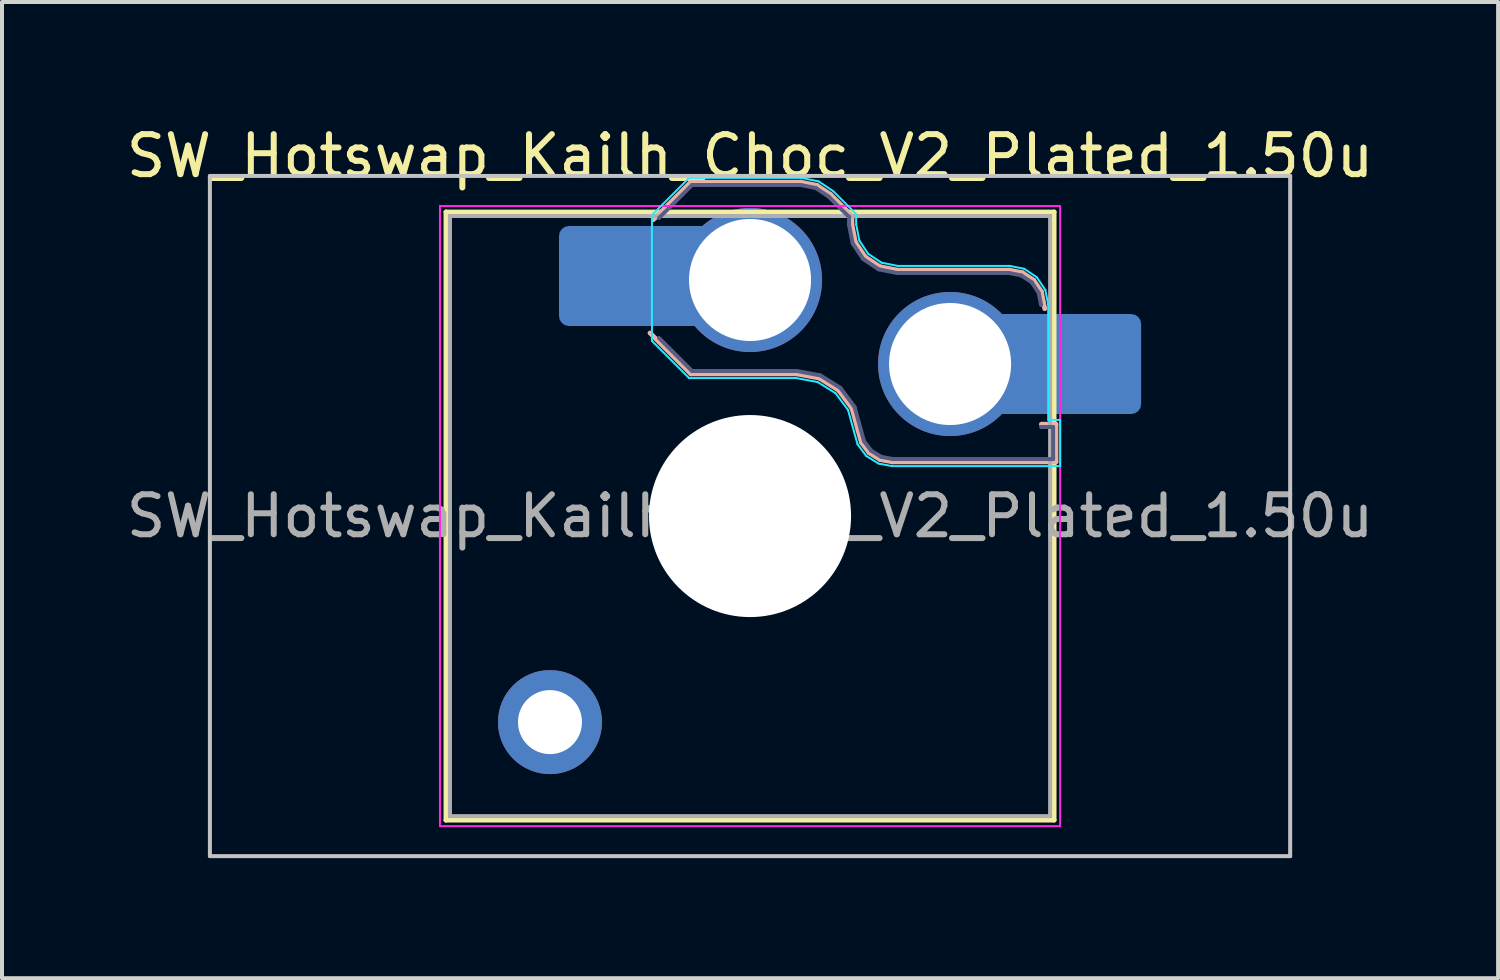
<source format=kicad_pcb>
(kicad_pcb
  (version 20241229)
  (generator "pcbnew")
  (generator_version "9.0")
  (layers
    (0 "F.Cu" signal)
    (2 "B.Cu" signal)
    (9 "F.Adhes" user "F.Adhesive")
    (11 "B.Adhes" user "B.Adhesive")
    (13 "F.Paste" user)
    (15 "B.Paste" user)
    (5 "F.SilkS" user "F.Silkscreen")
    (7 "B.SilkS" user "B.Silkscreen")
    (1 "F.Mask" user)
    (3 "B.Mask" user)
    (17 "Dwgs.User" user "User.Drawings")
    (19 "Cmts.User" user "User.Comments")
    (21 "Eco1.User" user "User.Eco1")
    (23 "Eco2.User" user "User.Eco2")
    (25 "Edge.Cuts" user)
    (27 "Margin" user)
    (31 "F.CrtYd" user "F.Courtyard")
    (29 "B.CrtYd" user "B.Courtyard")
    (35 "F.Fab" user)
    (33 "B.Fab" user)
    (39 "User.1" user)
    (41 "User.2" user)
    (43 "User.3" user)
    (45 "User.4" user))
  (footprint "SW_Hotswap_Kailh_Choc_V2_Plated_1.50u"
    (layer "F.Cu")
    (at 15.696 9.848)
    (property "Reference" "SW_Hotswap_Kailh_Choc_V2_Plated_1.50u" (at 0 -9 0) (layer "F.SilkS") (effects (font (size 1 1) (thickness 0.15))))
    (attr smd)
    (fp_line (start -7.6 -7.6) (end -7.6 7.6) (stroke (width 0.12) (type solid)) (layer "F.SilkS"))
    (fp_line (start -7.6 7.6) (end 7.6 7.6) (stroke (width 0.12) (type solid)) (layer "F.SilkS"))
    (fp_line (start 7.6 -7.6) (end -7.6 -7.6) (stroke (width 0.12) (type solid)) (layer "F.SilkS"))
    (fp_line (start 7.6 7.6) (end 7.6 -7.6) (stroke (width 0.12) (type solid)) (layer "F.SilkS"))
    (fp_line (start -2.416 -7.409) (end -1.479 -8.346) (stroke (width 0.12) (type solid)) (layer "B.SilkS"))
    (fp_line (start -1.479 -8.346) (end 1.268 -8.346) (stroke (width 0.12) (type solid)) (layer "B.SilkS"))
    (fp_line (start -1.479 -3.554) (end -2.5 -4.575) (stroke (width 0.12) (type solid)) (layer "B.SilkS"))
    (fp_line (start 1.168 -3.554) (end -1.479 -3.554) (stroke (width 0.12) (type solid)) (layer "B.SilkS"))
    (fp_line (start 1.268 -8.346) (end 1.671 -8.266) (stroke (width 0.12) (type solid)) (layer "B.SilkS"))
    (fp_line (start 1.671 -8.266) (end 2.013 -8.037) (stroke (width 0.12) (type solid)) (layer "B.SilkS"))
    (fp_line (start 1.73 -3.449) (end 1.168 -3.554) (stroke (width 0.12) (type solid)) (layer "B.SilkS"))
    (fp_line (start 2.013 -8.037) (end 2.546 -7.504) (stroke (width 0.12) (type solid)) (layer "B.SilkS"))
    (fp_line (start 2.209 -3.15) (end 1.73 -3.449) (stroke (width 0.12) (type solid)) (layer "B.SilkS"))
    (fp_line (start 2.546 -7.504) (end 2.546 -7.282) (stroke (width 0.12) (type solid)) (layer "B.SilkS"))
    (fp_line (start 2.546 -7.282) (end 2.633 -6.844) (stroke (width 0.12) (type solid)) (layer "B.SilkS"))
    (fp_line (start 2.547 -2.697) (end 2.209 -3.15) (stroke (width 0.12) (type solid)) (layer "B.SilkS"))
    (fp_line (start 2.633 -6.844) (end 2.877 -6.477) (stroke (width 0.12) (type solid)) (layer "B.SilkS"))
    (fp_line (start 2.701 -2.139) (end 2.547 -2.697) (stroke (width 0.12) (type solid)) (layer "B.SilkS"))
    (fp_line (start 2.783 -1.841) (end 2.701 -2.139) (stroke (width 0.12) (type solid)) (layer "B.SilkS"))
    (fp_line (start 2.877 -6.477) (end 3.244 -6.233) (stroke (width 0.12) (type solid)) (layer "B.SilkS"))
    (fp_line (start 2.976 -1.583) (end 2.783 -1.841) (stroke (width 0.12) (type solid)) (layer "B.SilkS"))
    (fp_line (start 3.244 -6.233) (end 3.682 -6.146) (stroke (width 0.12) (type solid)) (layer "B.SilkS"))
    (fp_line (start 3.25 -1.413) (end 2.976 -1.583) (stroke (width 0.12) (type solid)) (layer "B.SilkS"))
    (fp_line (start 3.56 -1.354) (end 3.25 -1.413) (stroke (width 0.12) (type solid)) (layer "B.SilkS"))
    (fp_line (start 3.682 -6.146) (end 6.482 -6.146) (stroke (width 0.12) (type solid)) (layer "B.SilkS"))
    (fp_line (start 6.482 -6.146) (end 6.809 -6.081) (stroke (width 0.12) (type solid)) (layer "B.SilkS"))
    (fp_line (start 6.809 -6.081) (end 7.092 -5.892) (stroke (width 0.12) (type solid)) (layer "B.SilkS"))
    (fp_line (start 7.092 -5.892) (end 7.281 -5.609) (stroke (width 0.12) (type solid)) (layer "B.SilkS"))
    (fp_line (start 7.281 -5.609) (end 7.366 -5.182) (stroke (width 0.12) (type solid)) (layer "B.SilkS"))
    (fp_line (start 7.283 -2.296) (end 7.646 -2.296) (stroke (width 0.12) (type solid)) (layer "B.SilkS"))
    (fp_line (start 7.646 -2.296) (end 7.646 -1.354) (stroke (width 0.12) (type solid)) (layer "B.SilkS"))
    (fp_line (start 7.646 -1.354) (end 3.56 -1.354) (stroke (width 0.12) (type solid)) (layer "B.SilkS"))
    (fp_line (start -13.5 -8.5) (end -13.5 8.5) (stroke (width 0.1) (type solid)) (layer "Dwgs.User"))
    (fp_line (start -13.5 8.5) (end 13.5 8.5) (stroke (width 0.1) (type solid)) (layer "Dwgs.User"))
    (fp_line (start 13.5 -8.5) (end -13.5 -8.5) (stroke (width 0.1) (type solid)) (layer "Dwgs.User"))
    (fp_line (start 13.5 8.5) (end 13.5 -8.5) (stroke (width 0.1) (type solid)) (layer "Dwgs.User"))
    (fp_line (start -7.25 -7.25) (end -7.25 7.25) (stroke (width 0.1) (type solid)) (layer "Eco1.User"))
    (fp_line (start -7.25 7.25) (end 7.25 7.25) (stroke (width 0.1) (type solid)) (layer "Eco1.User"))
    (fp_line (start 7.25 -7.25) (end -7.25 -7.25) (stroke (width 0.1) (type solid)) (layer "Eco1.User"))
    (fp_line (start 7.25 7.25) (end 7.25 -7.25) (stroke (width 0.1) (type solid)) (layer "Eco1.User"))
    (fp_line (start -2.452 -7.523) (end -1.523 -8.452) (stroke (width 0.05) (type solid)) (layer "B.CrtYd"))
    (fp_line (start -2.452 -4.377) (end -2.452 -7.523) (stroke (width 0.05) (type solid)) (layer "B.CrtYd"))
    (fp_line (start -1.523 -8.452) (end 1.278 -8.452) (stroke (width 0.05) (type solid)) (layer "B.CrtYd"))
    (fp_line (start -1.523 -3.448) (end -2.452 -4.377) (stroke (width 0.05) (type solid)) (layer "B.CrtYd"))
    (fp_line (start 1.159 -3.448) (end -1.523 -3.448) (stroke (width 0.05) (type solid)) (layer "B.CrtYd"))
    (fp_line (start 1.278 -8.452) (end 1.712 -8.366) (stroke (width 0.05) (type solid)) (layer "B.CrtYd"))
    (fp_line (start 1.691 -3.348) (end 1.159 -3.448) (stroke (width 0.05) (type solid)) (layer "B.CrtYd"))
    (fp_line (start 1.712 -8.366) (end 2.081 -8.119) (stroke (width 0.05) (type solid)) (layer "B.CrtYd"))
    (fp_line (start 2.081 -8.119) (end 2.652 -7.548) (stroke (width 0.05) (type solid)) (layer "B.CrtYd"))
    (fp_line (start 2.136 -3.071) (end 1.691 -3.348) (stroke (width 0.05) (type solid)) (layer "B.CrtYd"))
    (fp_line (start 2.45 -2.65) (end 2.136 -3.071) (stroke (width 0.05) (type solid)) (layer "B.CrtYd"))
    (fp_line (start 2.599 -2.111) (end 2.45 -2.65) (stroke (width 0.05) (type solid)) (layer "B.CrtYd"))
    (fp_line (start 2.652 -7.548) (end 2.652 -7.292) (stroke (width 0.05) (type solid)) (layer "B.CrtYd"))
    (fp_line (start 2.652 -7.292) (end 2.733 -6.885) (stroke (width 0.05) (type solid)) (layer "B.CrtYd"))
    (fp_line (start 2.687 -1.794) (end 2.599 -2.111) (stroke (width 0.05) (type solid)) (layer "B.CrtYd"))
    (fp_line (start 2.733 -6.885) (end 2.953 -6.553) (stroke (width 0.05) (type solid)) (layer "B.CrtYd"))
    (fp_line (start 2.903 -1.503) (end 2.687 -1.794) (stroke (width 0.05) (type solid)) (layer "B.CrtYd"))
    (fp_line (start 2.953 -6.553) (end 3.285 -6.333) (stroke (width 0.05) (type solid)) (layer "B.CrtYd"))
    (fp_line (start 3.211 -1.312) (end 2.903 -1.503) (stroke (width 0.05) (type solid)) (layer "B.CrtYd"))
    (fp_line (start 3.285 -6.333) (end 3.692 -6.252) (stroke (width 0.05) (type solid)) (layer "B.CrtYd"))
    (fp_line (start 3.55 -1.248) (end 3.211 -1.312) (stroke (width 0.05) (type solid)) (layer "B.CrtYd"))
    (fp_line (start 3.692 -6.252) (end 6.492 -6.252) (stroke (width 0.05) (type solid)) (layer "B.CrtYd"))
    (fp_line (start 6.492 -6.252) (end 6.85 -6.181) (stroke (width 0.05) (type solid)) (layer "B.CrtYd"))
    (fp_line (start 6.85 -6.181) (end 7.168 -5.968) (stroke (width 0.05) (type solid)) (layer "B.CrtYd"))
    (fp_line (start 7.168 -5.968) (end 7.381 -5.65) (stroke (width 0.05) (type solid)) (layer "B.CrtYd"))
    (fp_line (start 7.381 -5.65) (end 7.452 -5.292) (stroke (width 0.05) (type solid)) (layer "B.CrtYd"))
    (fp_line (start 7.452 -5.292) (end 7.452 -2.402) (stroke (width 0.05) (type solid)) (layer "B.CrtYd"))
    (fp_line (start 7.452 -2.402) (end 7.752 -2.402) (stroke (width 0.05) (type solid)) (layer "B.CrtYd"))
    (fp_line (start 7.752 -2.402) (end 7.752 -1.248) (stroke (width 0.05) (type solid)) (layer "B.CrtYd"))
    (fp_line (start 7.752 -1.248) (end 3.55 -1.248) (stroke (width 0.05) (type solid)) (layer "B.CrtYd"))
    (fp_line (start -7.75 -7.75) (end -7.75 7.75) (stroke (width 0.05) (type solid)) (layer "F.CrtYd"))
    (fp_line (start -7.75 7.75) (end 7.75 7.75) (stroke (width 0.05) (type solid)) (layer "F.CrtYd"))
    (fp_line (start 7.75 -7.75) (end -7.75 -7.75) (stroke (width 0.05) (type solid)) (layer "F.CrtYd"))
    (fp_line (start 7.75 7.75) (end 7.75 -7.75) (stroke (width 0.05) (type solid)) (layer "F.CrtYd"))
    (fp_line (start -2.275 -7.45) (end -1.45 -8.275) (stroke (width 0.1) (type solid)) (layer "B.Fab"))
    (fp_line (start -1.45 -8.275) (end 1.261 -8.275) (stroke (width 0.1) (type solid)) (layer "B.Fab"))
    (fp_line (start -1.45 -3.625) (end -2.275 -4.45) (stroke (width 0.1) (type solid)) (layer "B.Fab"))
    (fp_line (start 1.175 -3.625) (end -1.45 -3.625) (stroke (width 0.1) (type solid)) (layer "B.Fab"))
    (fp_line (start 1.261 -8.275) (end 1.643 -8.199) (stroke (width 0.1) (type solid)) (layer "B.Fab"))
    (fp_line (start 1.643 -8.199) (end 1.968 -7.982) (stroke (width 0.1) (type solid)) (layer "B.Fab"))
    (fp_line (start 1.756 -3.516) (end 1.175 -3.625) (stroke (width 0.1) (type solid)) (layer "B.Fab"))
    (fp_line (start 1.968 -7.982) (end 2.475 -7.475) (stroke (width 0.1) (type solid)) (layer "B.Fab"))
    (fp_line (start 2.258 -3.203) (end 1.756 -3.516) (stroke (width 0.1) (type solid)) (layer "B.Fab"))
    (fp_line (start 2.475 -7.475) (end 2.475 -7.275) (stroke (width 0.1) (type solid)) (layer "B.Fab"))
    (fp_line (start 2.475 -7.275) (end 2.566 -6.816) (stroke (width 0.1) (type solid)) (layer "B.Fab"))
    (fp_line (start 2.566 -6.816) (end 2.826 -6.426) (stroke (width 0.1) (type solid)) (layer "B.Fab"))
    (fp_line (start 2.612 -2.729) (end 2.258 -3.203) (stroke (width 0.1) (type solid)) (layer "B.Fab"))
    (fp_line (start 2.769 -2.158) (end 2.612 -2.729) (stroke (width 0.1) (type solid)) (layer "B.Fab"))
    (fp_line (start 2.826 -6.426) (end 3.216 -6.166) (stroke (width 0.1) (type solid)) (layer "B.Fab"))
    (fp_line (start 2.848 -1.873) (end 2.769 -2.158) (stroke (width 0.1) (type solid)) (layer "B.Fab"))
    (fp_line (start 3.025 -1.636) (end 2.848 -1.873) (stroke (width 0.1) (type solid)) (layer "B.Fab"))
    (fp_line (start 3.216 -6.166) (end 3.675 -6.075) (stroke (width 0.1) (type solid)) (layer "B.Fab"))
    (fp_line (start 3.276 -1.48) (end 3.025 -1.636) (stroke (width 0.1) (type solid)) (layer "B.Fab"))
    (fp_line (start 3.567 -1.425) (end 3.276 -1.48) (stroke (width 0.1) (type solid)) (layer "B.Fab"))
    (fp_line (start 3.675 -6.075) (end 6.475 -6.075) (stroke (width 0.1) (type solid)) (layer "B.Fab"))
    (fp_line (start 6.475 -6.075) (end 6.781 -6.014) (stroke (width 0.1) (type solid)) (layer "B.Fab"))
    (fp_line (start 6.781 -6.014) (end 7.041 -5.841) (stroke (width 0.1) (type solid)) (layer "B.Fab"))
    (fp_line (start 7.041 -5.841) (end 7.214 -5.581) (stroke (width 0.1) (type solid)) (layer "B.Fab"))
    (fp_line (start 7.214 -5.581) (end 7.275 -5.275) (stroke (width 0.1) (type solid)) (layer "B.Fab"))
    (fp_line (start 7.275 -2.225) (end 7.575 -2.225) (stroke (width 0.1) (type solid)) (layer "B.Fab"))
    (fp_line (start 7.575 -2.225) (end 7.575 -1.425) (stroke (width 0.1) (type solid)) (layer "B.Fab"))
    (fp_line (start 7.575 -1.425) (end 3.567 -1.425) (stroke (width 0.1) (type solid)) (layer "B.Fab"))
    (fp_line (start -7.5 -7.5) (end -7.5 7.5) (stroke (width 0.1) (type solid)) (layer "F.Fab"))
    (fp_line (start -7.5 7.5) (end 7.5 7.5) (stroke (width 0.1) (type solid)) (layer "F.Fab"))
    (fp_line (start 7.5 -7.5) (end -7.5 -7.5) (stroke (width 0.1) (type solid)) (layer "F.Fab"))
    (fp_line (start 7.5 7.5) (end 7.5 -7.5) (stroke (width 0.1) (type solid)) (layer "F.Fab"))
    (fp_text user "${REFERENCE}" (at 0 0 0) (layer "F.Fab") (effects (font (size 1 1) (thickness 0.15))))
    (pad "" thru_hole circle (at -5 5.15) (size 2.6 2.6) (drill 1.6) (layers "*.Cu" "*.Mask"))
    (pad "" smd roundrect (at -3.5 -6) (size 2.55 2.5) (layers "B.Mask" "B.Paste") (roundrect_rratio 0.1))
    (pad "" np_thru_hole circle (at 0 0) (size 5.05 5.05) (drill 5.05) (layers "*.Cu" "*.Mask"))
    (pad "" smd roundrect (at 8.5 -3.8) (size 2.55 2.5) (layers "B.Mask" "B.Paste") (roundrect_rratio 0.1))
    (pad "1" smd roundrect (at -2.85 -6) (size 3.85 2.5) (layers "B.Cu") (roundrect_rratio 0.1))
    (pad "1" thru_hole circle (at 0 -5.9) (size 3.6 3.6) (drill 3.05) (layers "*.Cu" "*.Mask"))
    (pad "2" thru_hole circle (at 5 -3.8) (size 3.6 3.6) (drill 3.05) (layers "*.Cu" "*.Mask"))
    (pad "2" smd roundrect (at 7.85 -3.8) (size 3.85 2.5) (layers "B.Cu") (roundrect_rratio 0.1)))
  (gr_rect
    (start -3 -3)
    (end 34.393 21.398)
    (stroke (width 0.1) (type default))
    (fill no)
    (layer "Edge.Cuts")))
</source>
